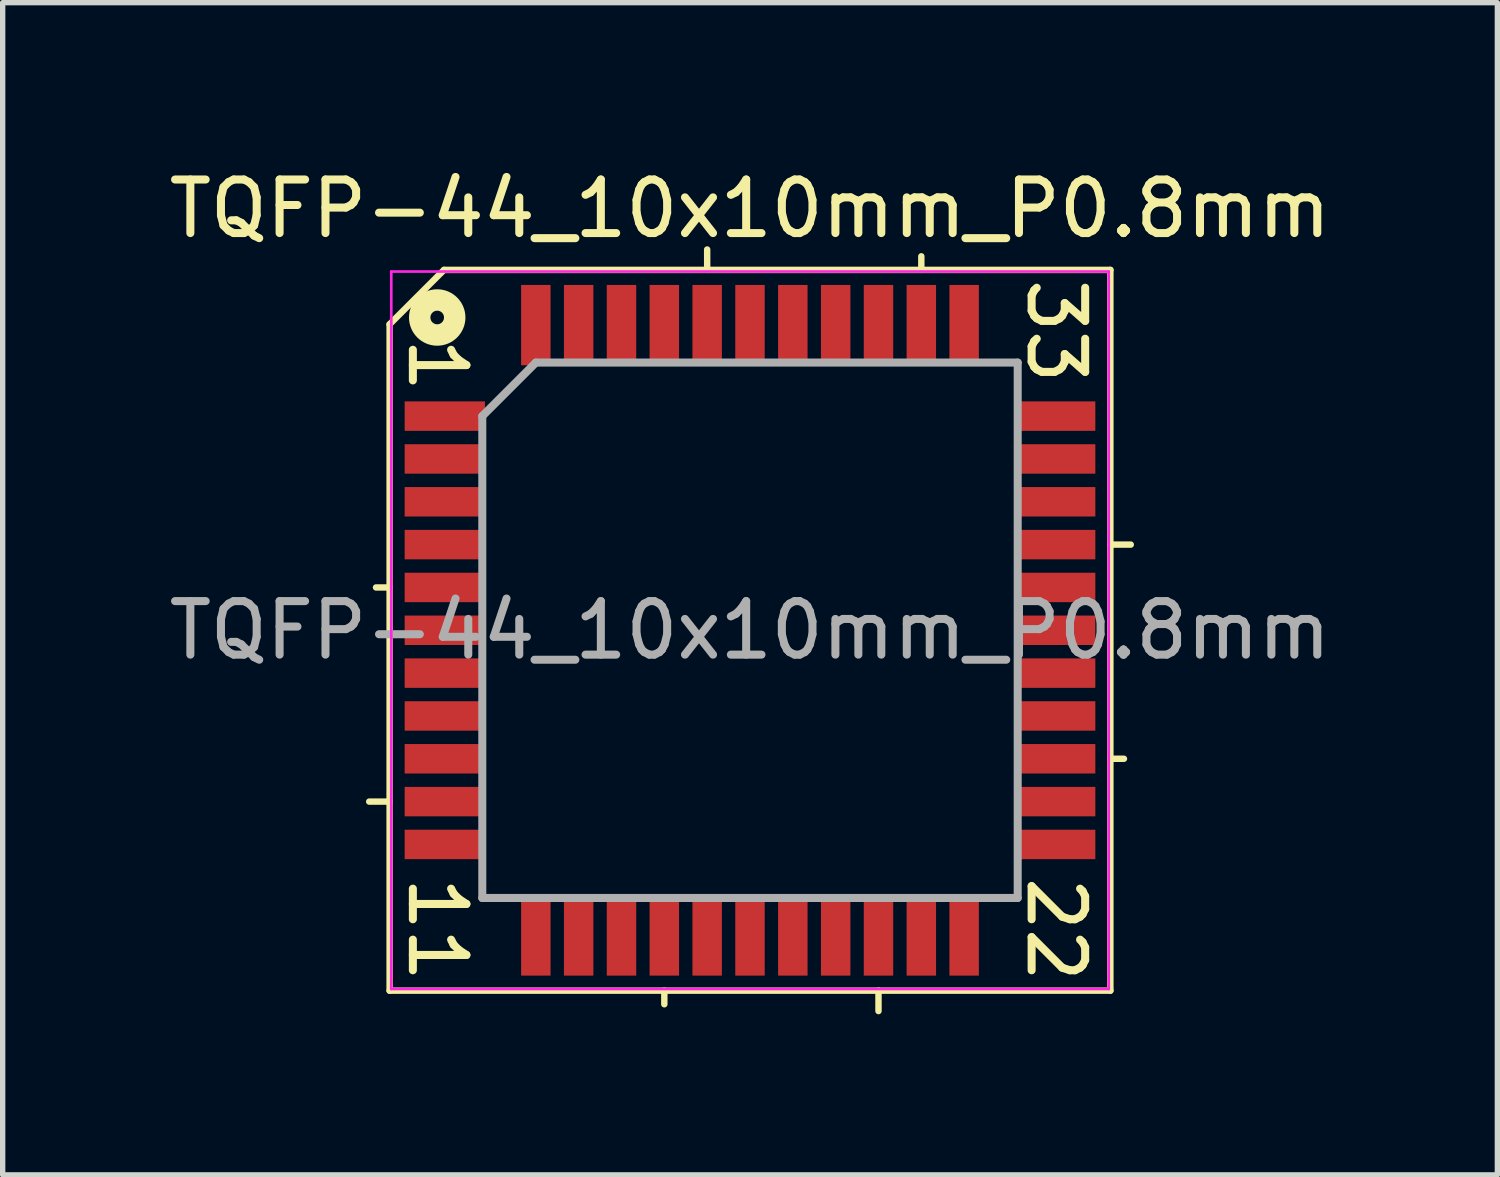
<source format=kicad_pcb>
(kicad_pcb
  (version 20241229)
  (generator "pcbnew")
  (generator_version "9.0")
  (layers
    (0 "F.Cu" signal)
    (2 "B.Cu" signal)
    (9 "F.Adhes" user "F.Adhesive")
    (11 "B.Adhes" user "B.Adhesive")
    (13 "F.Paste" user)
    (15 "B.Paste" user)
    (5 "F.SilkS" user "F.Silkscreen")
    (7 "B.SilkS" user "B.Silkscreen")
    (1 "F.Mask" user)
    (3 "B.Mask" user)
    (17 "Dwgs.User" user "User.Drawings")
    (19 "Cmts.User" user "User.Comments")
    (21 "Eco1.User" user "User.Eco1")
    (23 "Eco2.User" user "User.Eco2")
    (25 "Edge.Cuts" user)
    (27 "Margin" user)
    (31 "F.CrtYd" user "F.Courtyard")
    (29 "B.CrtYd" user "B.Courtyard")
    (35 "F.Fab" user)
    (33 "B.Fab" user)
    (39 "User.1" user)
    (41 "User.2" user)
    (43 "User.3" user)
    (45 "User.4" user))
  (footprint "TQFP-44_10x10mm_P0.8mm"
    (layer "F.Cu")
    (at 10.958 8.722)
    (property "Reference" "TQFP-44_10x10mm_P0.8mm" (at 0 -7.874 0) (layer "F.SilkS") (effects (font (size 1 1) (thickness 0.15))))
    (attr smd)
    (fp_line (start -6.731 -5.715) (end -6.731 6.731) (stroke (width 0.12) (type solid)) (layer "F.SilkS"))
    (fp_line (start -6.731 -0.8) (end -6.985 -0.8) (stroke (width 0.12) (type solid)) (layer "F.SilkS"))
    (fp_line (start -6.731 3.2) (end -7.112 3.2) (stroke (width 0.12) (type solid)) (layer "F.SilkS"))
    (fp_line (start -6.731 6.731) (end 6.731 6.731) (stroke (width 0.12) (type solid)) (layer "F.SilkS"))
    (fp_line (start -5.715 -6.731) (end -6.731 -5.715) (stroke (width 0.12) (type solid)) (layer "F.SilkS"))
    (fp_line (start -1.6 6.731) (end -1.6 6.985) (stroke (width 0.12) (type solid)) (layer "F.SilkS"))
    (fp_line (start -0.8 -6.731) (end -0.8 -7.112) (stroke (width 0.12) (type solid)) (layer "F.SilkS"))
    (fp_line (start 2.4 6.731) (end 2.4 7.112) (stroke (width 0.12) (type solid)) (layer "F.SilkS"))
    (fp_line (start 3.2 -6.731) (end 3.2 -6.985) (stroke (width 0.12) (type solid)) (layer "F.SilkS"))
    (fp_line (start 6.731 -6.731) (end -5.715 -6.731) (stroke (width 0.12) (type solid)) (layer "F.SilkS"))
    (fp_line (start 6.731 -1.6) (end 7.112 -1.6) (stroke (width 0.12) (type solid)) (layer "F.SilkS"))
    (fp_line (start 6.731 2.4) (end 6.985 2.4) (stroke (width 0.12) (type solid)) (layer "F.SilkS"))
    (fp_line (start 6.731 6.731) (end 6.731 -6.731) (stroke (width 0.12) (type solid)) (layer "F.SilkS"))
    (fp_circle (center -5.842 -5.842) (end -5.715 -5.842) (stroke (width 0.4) (type solid)) (fill no) (layer "F.SilkS"))
    (fp_line (start -6.7 -6.7) (end -6.7 6.7) (stroke (width 0.05) (type solid)) (layer "F.CrtYd"))
    (fp_line (start -6.7 -6.7) (end 6.7 -6.7) (stroke (width 0.05) (type solid)) (layer "F.CrtYd"))
    (fp_line (start -6.7 6.7) (end 6.7 6.7) (stroke (width 0.05) (type solid)) (layer "F.CrtYd"))
    (fp_line (start 6.7 -6.7) (end 6.7 6.7) (stroke (width 0.05) (type solid)) (layer "F.CrtYd"))
    (fp_line (start -5 -4) (end -4 -5) (stroke (width 0.15) (type solid)) (layer "F.Fab"))
    (fp_line (start -5 5) (end -5 -4) (stroke (width 0.15) (type solid)) (layer "F.Fab"))
    (fp_line (start -4 -5) (end 5 -5) (stroke (width 0.15) (type solid)) (layer "F.Fab"))
    (fp_line (start 5 -5) (end 5 5) (stroke (width 0.15) (type solid)) (layer "F.Fab"))
    (fp_line (start 5 5) (end -5 5) (stroke (width 0.15) (type solid)) (layer "F.Fab"))
    (fp_text user "33" (at 5.715 -5.588 270) (unlocked yes) (layer "F.SilkS") (effects (font (size 1 1) (thickness 0.15))))
    (fp_text user "1" (at -5.842 -4.953 270) (unlocked yes) (layer "F.SilkS") (effects (font (size 1 1) (thickness 0.15))))
    (fp_text user "22" (at 5.715 5.588 270) (unlocked yes) (layer "F.SilkS") (effects (font (size 1 1) (thickness 0.15))))
    (fp_text user "11" (at -5.842 5.588 270) (unlocked yes) (layer "F.SilkS") (effects (font (size 1 1) (thickness 0.15))))
    (fp_text user "${REFERENCE}" (at 0 0 0) (layer "F.Fab") (effects (font (size 1 1) (thickness 0.15))))
    (pad "1" smd rect (at -5.7 -4) (size 1.5 0.55) (layers "F.Cu" "F.Mask" "F.Paste"))
    (pad "2" smd rect (at -5.7 -3.2) (size 1.5 0.55) (layers "F.Cu" "F.Mask" "F.Paste"))
    (pad "3" smd rect (at -5.7 -2.4) (size 1.5 0.55) (layers "F.Cu" "F.Mask" "F.Paste"))
    (pad "4" smd rect (at -5.7 -1.6) (size 1.5 0.55) (layers "F.Cu" "F.Mask" "F.Paste"))
    (pad "5" smd rect (at -5.7 -0.8) (size 1.5 0.55) (layers "F.Cu" "F.Mask" "F.Paste"))
    (pad "6" smd rect (at -5.7 0) (size 1.5 0.55) (layers "F.Cu" "F.Mask" "F.Paste"))
    (pad "7" smd rect (at -5.7 0.8) (size 1.5 0.55) (layers "F.Cu" "F.Mask" "F.Paste"))
    (pad "8" smd rect (at -5.7 1.6) (size 1.5 0.55) (layers "F.Cu" "F.Mask" "F.Paste"))
    (pad "9" smd rect (at -5.7 2.4) (size 1.5 0.55) (layers "F.Cu" "F.Mask" "F.Paste"))
    (pad "10" smd rect (at -5.7 3.2) (size 1.5 0.55) (layers "F.Cu" "F.Mask" "F.Paste"))
    (pad "11" smd rect (at -5.7 4) (size 1.5 0.55) (layers "F.Cu" "F.Mask" "F.Paste"))
    (pad "12" smd rect (at -4 5.7 90) (size 1.5 0.55) (layers "F.Cu" "F.Mask" "F.Paste"))
    (pad "13" smd rect (at -3.2 5.7 90) (size 1.5 0.55) (layers "F.Cu" "F.Mask" "F.Paste"))
    (pad "14" smd rect (at -2.4 5.7 90) (size 1.5 0.55) (layers "F.Cu" "F.Mask" "F.Paste"))
    (pad "15" smd rect (at -1.6 5.7 90) (size 1.5 0.55) (layers "F.Cu" "F.Mask" "F.Paste"))
    (pad "16" smd rect (at -0.8 5.7 90) (size 1.5 0.55) (layers "F.Cu" "F.Mask" "F.Paste"))
    (pad "17" smd rect (at 0 5.7 90) (size 1.5 0.55) (layers "F.Cu" "F.Mask" "F.Paste"))
    (pad "18" smd rect (at 0.8 5.7 90) (size 1.5 0.55) (layers "F.Cu" "F.Mask" "F.Paste"))
    (pad "19" smd rect (at 1.6 5.7 90) (size 1.5 0.55) (layers "F.Cu" "F.Mask" "F.Paste"))
    (pad "20" smd rect (at 2.4 5.7 90) (size 1.5 0.55) (layers "F.Cu" "F.Mask" "F.Paste"))
    (pad "21" smd rect (at 3.2 5.7 90) (size 1.5 0.55) (layers "F.Cu" "F.Mask" "F.Paste"))
    (pad "22" smd rect (at 4 5.7 90) (size 1.5 0.55) (layers "F.Cu" "F.Mask" "F.Paste"))
    (pad "23" smd rect (at 5.7 4) (size 1.5 0.55) (layers "F.Cu" "F.Mask" "F.Paste"))
    (pad "24" smd rect (at 5.7 3.2) (size 1.5 0.55) (layers "F.Cu" "F.Mask" "F.Paste"))
    (pad "25" smd rect (at 5.7 2.4) (size 1.5 0.55) (layers "F.Cu" "F.Mask" "F.Paste"))
    (pad "26" smd rect (at 5.7 1.6) (size 1.5 0.55) (layers "F.Cu" "F.Mask" "F.Paste"))
    (pad "27" smd rect (at 5.7 0.8) (size 1.5 0.55) (layers "F.Cu" "F.Mask" "F.Paste"))
    (pad "28" smd rect (at 5.7 0) (size 1.5 0.55) (layers "F.Cu" "F.Mask" "F.Paste"))
    (pad "29" smd rect (at 5.7 -0.8) (size 1.5 0.55) (layers "F.Cu" "F.Mask" "F.Paste"))
    (pad "30" smd rect (at 5.7 -1.6) (size 1.5 0.55) (layers "F.Cu" "F.Mask" "F.Paste"))
    (pad "31" smd rect (at 5.7 -2.4) (size 1.5 0.55) (layers "F.Cu" "F.Mask" "F.Paste"))
    (pad "32" smd rect (at 5.7 -3.2) (size 1.5 0.55) (layers "F.Cu" "F.Mask" "F.Paste"))
    (pad "33" smd rect (at 5.7 -4) (size 1.5 0.55) (layers "F.Cu" "F.Mask" "F.Paste"))
    (pad "34" smd rect (at 4 -5.7 90) (size 1.5 0.55) (layers "F.Cu" "F.Mask" "F.Paste"))
    (pad "35" smd rect (at 3.2 -5.7 90) (size 1.5 0.55) (layers "F.Cu" "F.Mask" "F.Paste"))
    (pad "36" smd rect (at 2.4 -5.7 90) (size 1.5 0.55) (layers "F.Cu" "F.Mask" "F.Paste"))
    (pad "37" smd rect (at 1.6 -5.7 90) (size 1.5 0.55) (layers "F.Cu" "F.Mask" "F.Paste"))
    (pad "38" smd rect (at 0.8 -5.7 90) (size 1.5 0.55) (layers "F.Cu" "F.Mask" "F.Paste"))
    (pad "39" smd rect (at 0 -5.7 90) (size 1.5 0.55) (layers "F.Cu" "F.Mask" "F.Paste"))
    (pad "40" smd rect (at -0.8 -5.7 90) (size 1.5 0.55) (layers "F.Cu" "F.Mask" "F.Paste"))
    (pad "41" smd rect (at -1.6 -5.7 90) (size 1.5 0.55) (layers "F.Cu" "F.Mask" "F.Paste"))
    (pad "42" smd rect (at -2.4 -5.7 90) (size 1.5 0.55) (layers "F.Cu" "F.Mask" "F.Paste"))
    (pad "43" smd rect (at -3.2 -5.7 90) (size 1.5 0.55) (layers "F.Cu" "F.Mask" "F.Paste"))
    (pad "44" smd rect (at -4 -5.7 90) (size 1.5 0.55) (layers "F.Cu" "F.Mask" "F.Paste")))
  (gr_rect
    (start -3 -3)
    (end 24.917 18.894)
    (stroke (width 0.1) (type default))
    (fill no)
    (layer "Edge.Cuts")))
</source>
